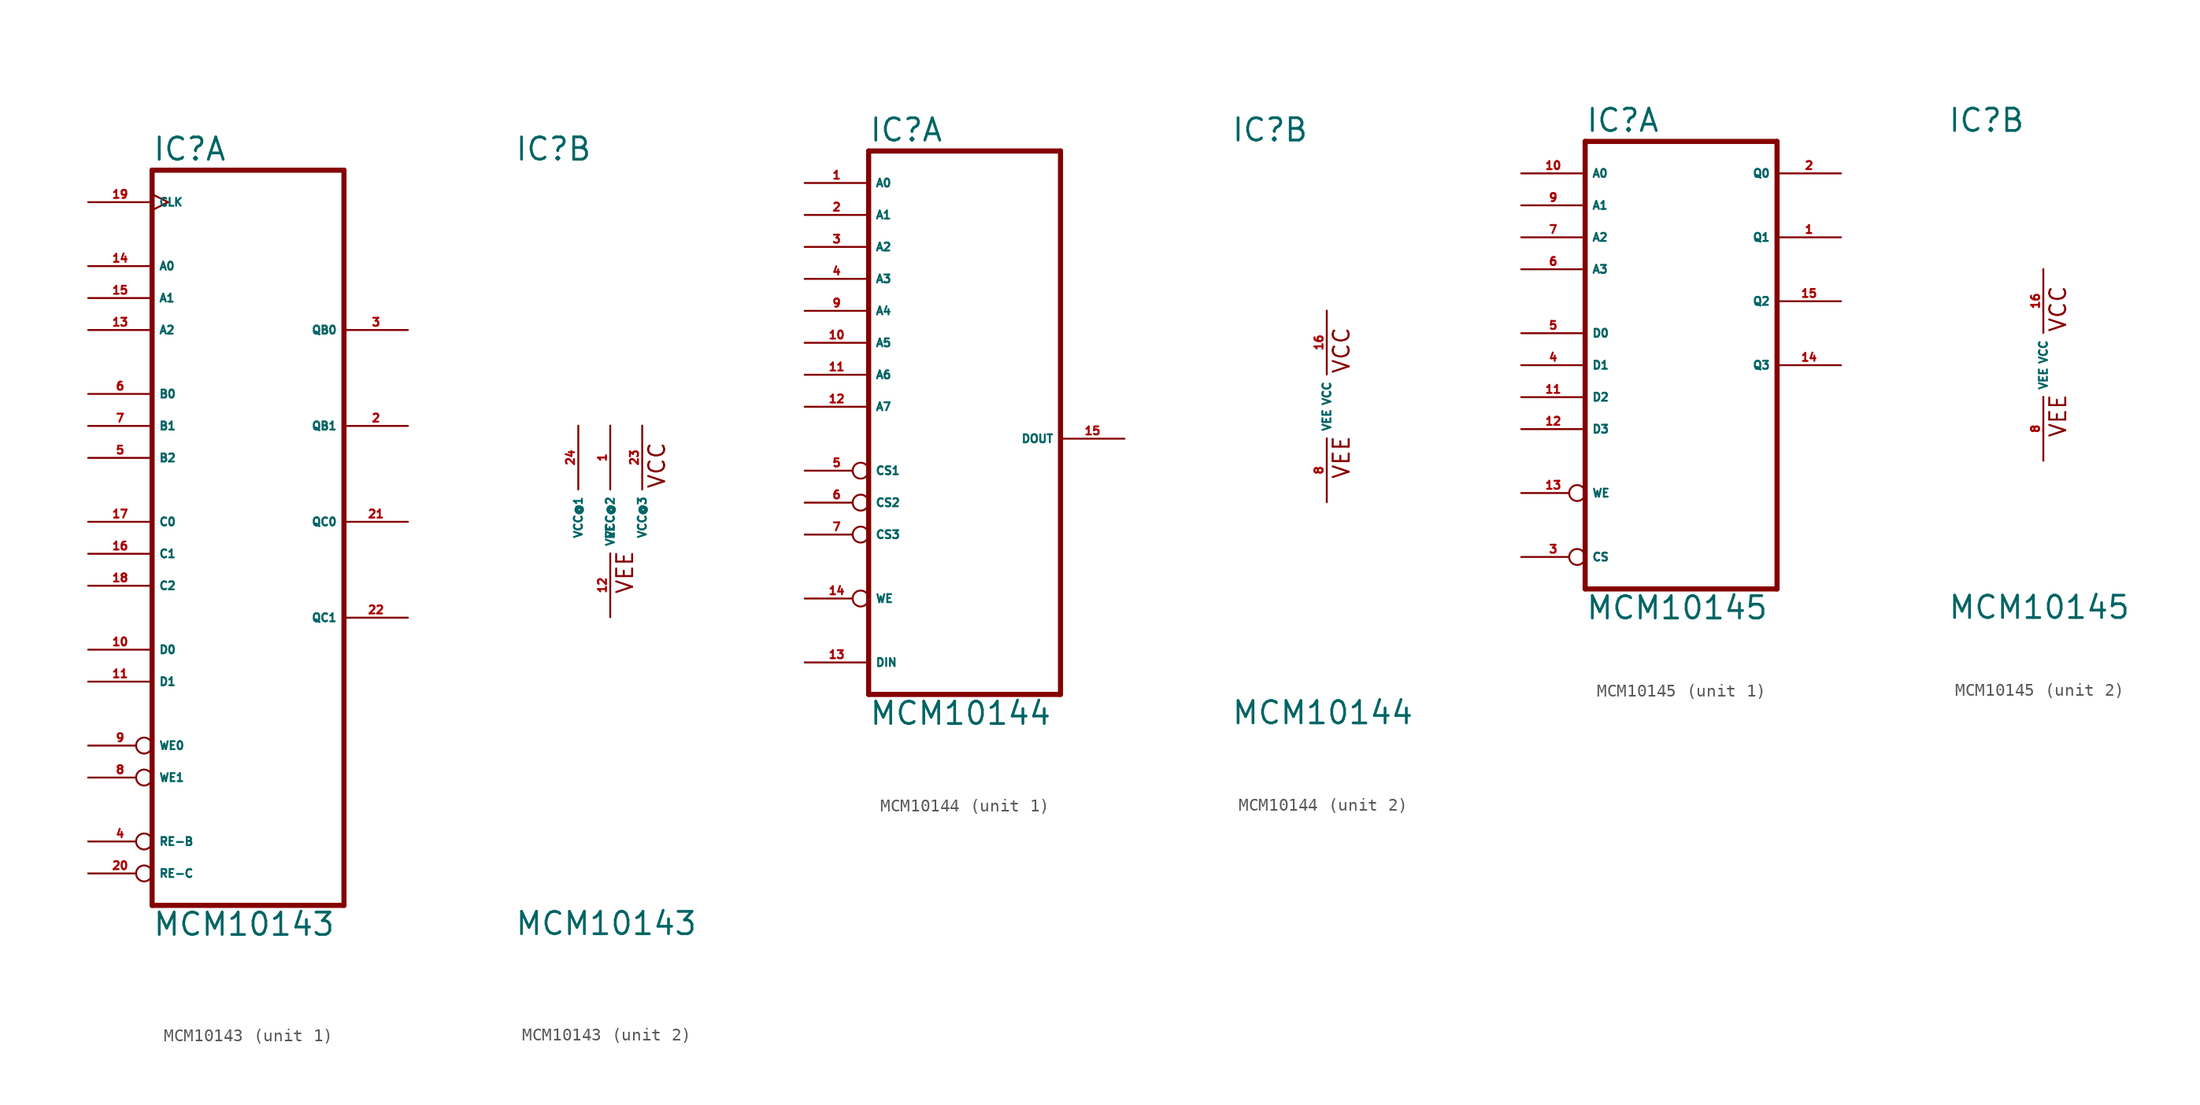
<source format=kicad_sym>
(kicad_symbol_lib
  (version 20220914)
  (generator Eagle2Kicad)
  (symbol "MCM10143"
    (property "Reference" "IC"
      (at -7.62 28.575 0)
      (effects (font (size 1.778 1.778) (thickness 0.22)) (justify left bottom)))
    (property "Value" "MCM10143"
      (at -7.62 -33.02 0)
      (effects (font (size 1.778 1.778) (thickness 0.22)) (justify left bottom)))
    (symbol "MCM10143_1_0"
      (polyline (pts (xy -7.62 -30.48) (xy 7.62 -30.48)) (stroke (width 0.406) (type default)) (fill (type none)))
      (polyline (pts (xy 7.62 27.94) (xy 7.62 -30.48)) (stroke (width 0.406) (type default)) (fill (type none)))
      (polyline (pts (xy 7.62 27.94) (xy -7.62 27.94)) (stroke (width 0.406) (type default)) (fill (type none)))
      (polyline (pts (xy -7.62 -30.48) (xy -7.62 27.94)) (stroke (width 0.406) (type default)) (fill (type none)))
      (pin input clock (at -12.7 25.4 0) (length 5.08) (name "CLK" (effects (font (size 0.635 0.635) (thickness 0.08)) (justify left bottom))) (number "19" (effects (font (size 0.635 0.635) (thickness 0.08)) (justify left bottom))))
      (pin input line (at -12.7 20.32 0) (length 5.08) (name "A0" (effects (font (size 0.635 0.635) (thickness 0.08)) (justify left bottom))) (number "14" (effects (font (size 0.635 0.635) (thickness 0.08)) (justify left bottom))))
      (pin input line (at -12.7 17.78 0) (length 5.08) (name "A1" (effects (font (size 0.635 0.635) (thickness 0.08)) (justify left bottom))) (number "15" (effects (font (size 0.635 0.635) (thickness 0.08)) (justify left bottom))))
      (pin input line (at -12.7 15.24 0) (length 5.08) (name "A2" (effects (font (size 0.635 0.635) (thickness 0.08)) (justify left bottom))) (number "13" (effects (font (size 0.635 0.635) (thickness 0.08)) (justify left bottom))))
      (pin input line (at -12.7 10.16 0) (length 5.08) (name "B0" (effects (font (size 0.635 0.635) (thickness 0.08)) (justify left bottom))) (number "6" (effects (font (size 0.635 0.635) (thickness 0.08)) (justify left bottom))))
      (pin input line (at -12.7 7.62 0) (length 5.08) (name "B1" (effects (font (size 0.635 0.635) (thickness 0.08)) (justify left bottom))) (number "7" (effects (font (size 0.635 0.635) (thickness 0.08)) (justify left bottom))))
      (pin input line (at -12.7 5.08 0) (length 5.08) (name "B2" (effects (font (size 0.635 0.635) (thickness 0.08)) (justify left bottom))) (number "5" (effects (font (size 0.635 0.635) (thickness 0.08)) (justify left bottom))))
      (pin input line (at -12.7 0 0) (length 5.08) (name "C0" (effects (font (size 0.635 0.635) (thickness 0.08)) (justify left bottom))) (number "17" (effects (font (size 0.635 0.635) (thickness 0.08)) (justify left bottom))))
      (pin input line (at -12.7 -2.54 0) (length 5.08) (name "C1" (effects (font (size 0.635 0.635) (thickness 0.08)) (justify left bottom))) (number "16" (effects (font (size 0.635 0.635) (thickness 0.08)) (justify left bottom))))
      (pin input line (at -12.7 -5.08 0) (length 5.08) (name "C2" (effects (font (size 0.635 0.635) (thickness 0.08)) (justify left bottom))) (number "18" (effects (font (size 0.635 0.635) (thickness 0.08)) (justify left bottom))))
      (pin input line (at -12.7 -10.16 0) (length 5.08) (name "D0" (effects (font (size 0.635 0.635) (thickness 0.08)) (justify left bottom))) (number "10" (effects (font (size 0.635 0.635) (thickness 0.08)) (justify left bottom))))
      (pin input line (at -12.7 -12.7 0) (length 5.08) (name "D1" (effects (font (size 0.635 0.635) (thickness 0.08)) (justify left bottom))) (number "11" (effects (font (size 0.635 0.635) (thickness 0.08)) (justify left bottom))))
      (pin input inverted (at -12.7 -17.78 0) (length 5.08) (name "WE0" (effects (font (size 0.635 0.635) (thickness 0.08)) (justify left bottom))) (number "9" (effects (font (size 0.635 0.635) (thickness 0.08)) (justify left bottom))))
      (pin output line (at 12.7 15.24 180) (length 5.08) (name "QB0" (effects (font (size 0.635 0.635) (thickness 0.08)) (justify left bottom))) (number "3" (effects (font (size 0.635 0.635) (thickness 0.08)) (justify left bottom))))
      (pin output line (at 12.7 7.62 180) (length 5.08) (name "QB1" (effects (font (size 0.635 0.635) (thickness 0.08)) (justify left bottom))) (number "2" (effects (font (size 0.635 0.635) (thickness 0.08)) (justify left bottom))))
      (pin output line (at 12.7 0 180) (length 5.08) (name "QC0" (effects (font (size 0.635 0.635) (thickness 0.08)) (justify left bottom))) (number "21" (effects (font (size 0.635 0.635) (thickness 0.08)) (justify left bottom))))
      (pin output line (at 12.7 -7.62 180) (length 5.08) (name "QC1" (effects (font (size 0.635 0.635) (thickness 0.08)) (justify left bottom))) (number "22" (effects (font (size 0.635 0.635) (thickness 0.08)) (justify left bottom))))
      (pin input inverted (at -12.7 -20.32 0) (length 5.08) (name "WE1" (effects (font (size 0.635 0.635) (thickness 0.08)) (justify left bottom))) (number "8" (effects (font (size 0.635 0.635) (thickness 0.08)) (justify left bottom))))
      (pin input inverted (at -12.7 -25.4 0) (length 5.08) (name "RE-B" (effects (font (size 0.635 0.635) (thickness 0.08)) (justify left bottom))) (number "4" (effects (font (size 0.635 0.635) (thickness 0.08)) (justify left bottom))))
      (pin input inverted (at -12.7 -27.94 0) (length 5.08) (name "RE-C" (effects (font (size 0.635 0.635) (thickness 0.08)) (justify left bottom))) (number "20" (effects (font (size 0.635 0.635) (thickness 0.08)) (justify left bottom)))))
    (symbol "MCM10143_2_0"
      (text "VCC" (at 4.445 2.54 900) (effects (font (size 1.27 1.27) (thickness 0.16)) (justify left bottom)))
      (text "VEE" (at 1.905 -5.842 900) (effects (font (size 1.27 1.27) (thickness 0.16)) (justify left bottom)))
      (pin unspecified line (at -2.54 7.62 270) (length 5.08) (name "VCC@1" (effects (font (size 0.635 0.635) (thickness 0.08)) (justify left bottom))) (number "24" (effects (font (size 0.635 0.635) (thickness 0.08)) (justify left bottom))))
      (pin unspecified line (at 0 7.62 270) (length 5.08) (name "VCC@2" (effects (font (size 0.635 0.635) (thickness 0.08)) (justify left bottom))) (number "1" (effects (font (size 0.635 0.635) (thickness 0.08)) (justify left bottom))))
      (pin unspecified line (at 2.54 7.62 270) (length 5.08) (name "VCC@3" (effects (font (size 0.635 0.635) (thickness 0.08)) (justify left bottom))) (number "23" (effects (font (size 0.635 0.635) (thickness 0.08)) (justify left bottom))))
      (pin unspecified line (at 0 -7.62 90) (length 5.08) (name "VEE" (effects (font (size 0.635 0.635) (thickness 0.08)) (justify left bottom))) (number "12" (effects (font (size 0.635 0.635) (thickness 0.08)) (justify left bottom))))))
  (symbol "MCM10144"
    (property "Reference" "IC"
      (at -7.62 20.955 0)
      (effects (font (size 1.778 1.778) (thickness 0.22)) (justify left bottom)))
    (property "Value" "MCM10144"
      (at -7.62 -25.4 0)
      (effects (font (size 1.778 1.778) (thickness 0.22)) (justify left bottom)))
    (symbol "MCM10144_1_0"
      (polyline (pts (xy -7.62 -22.86) (xy 7.62 -22.86)) (stroke (width 0.406) (type default)) (fill (type none)))
      (polyline (pts (xy 7.62 20.32) (xy 7.62 -22.86)) (stroke (width 0.406) (type default)) (fill (type none)))
      (polyline (pts (xy 7.62 20.32) (xy -7.62 20.32)) (stroke (width 0.406) (type default)) (fill (type none)))
      (polyline (pts (xy -7.62 -22.86) (xy -7.62 20.32)) (stroke (width 0.406) (type default)) (fill (type none)))
      (pin input line (at -12.7 17.78 0) (length 5.08) (name "A0" (effects (font (size 0.635 0.635) (thickness 0.08)) (justify left bottom))) (number "1" (effects (font (size 0.635 0.635) (thickness 0.08)) (justify left bottom))))
      (pin input line (at -12.7 15.24 0) (length 5.08) (name "A1" (effects (font (size 0.635 0.635) (thickness 0.08)) (justify left bottom))) (number "2" (effects (font (size 0.635 0.635) (thickness 0.08)) (justify left bottom))))
      (pin input line (at -12.7 12.7 0) (length 5.08) (name "A2" (effects (font (size 0.635 0.635) (thickness 0.08)) (justify left bottom))) (number "3" (effects (font (size 0.635 0.635) (thickness 0.08)) (justify left bottom))))
      (pin input line (at -12.7 10.16 0) (length 5.08) (name "A3" (effects (font (size 0.635 0.635) (thickness 0.08)) (justify left bottom))) (number "4" (effects (font (size 0.635 0.635) (thickness 0.08)) (justify left bottom))))
      (pin input line (at -12.7 7.62 0) (length 5.08) (name "A4" (effects (font (size 0.635 0.635) (thickness 0.08)) (justify left bottom))) (number "9" (effects (font (size 0.635 0.635) (thickness 0.08)) (justify left bottom))))
      (pin input line (at -12.7 5.08 0) (length 5.08) (name "A5" (effects (font (size 0.635 0.635) (thickness 0.08)) (justify left bottom))) (number "10" (effects (font (size 0.635 0.635) (thickness 0.08)) (justify left bottom))))
      (pin input line (at -12.7 2.54 0) (length 5.08) (name "A6" (effects (font (size 0.635 0.635) (thickness 0.08)) (justify left bottom))) (number "11" (effects (font (size 0.635 0.635) (thickness 0.08)) (justify left bottom))))
      (pin input line (at -12.7 0 0) (length 5.08) (name "A7" (effects (font (size 0.635 0.635) (thickness 0.08)) (justify left bottom))) (number "12" (effects (font (size 0.635 0.635) (thickness 0.08)) (justify left bottom))))
      (pin input inverted (at -12.7 -5.08 0) (length 5.08) (name "CS1" (effects (font (size 0.635 0.635) (thickness 0.08)) (justify left bottom))) (number "5" (effects (font (size 0.635 0.635) (thickness 0.08)) (justify left bottom))))
      (pin input inverted (at -12.7 -7.62 0) (length 5.08) (name "CS2" (effects (font (size 0.635 0.635) (thickness 0.08)) (justify left bottom))) (number "6" (effects (font (size 0.635 0.635) (thickness 0.08)) (justify left bottom))))
      (pin input inverted (at -12.7 -10.16 0) (length 5.08) (name "CS3" (effects (font (size 0.635 0.635) (thickness 0.08)) (justify left bottom))) (number "7" (effects (font (size 0.635 0.635) (thickness 0.08)) (justify left bottom))))
      (pin input inverted (at -12.7 -15.24 0) (length 5.08) (name "WE" (effects (font (size 0.635 0.635) (thickness 0.08)) (justify left bottom))) (number "14" (effects (font (size 0.635 0.635) (thickness 0.08)) (justify left bottom))))
      (pin input line (at -12.7 -20.32 0) (length 5.08) (name "DIN" (effects (font (size 0.635 0.635) (thickness 0.08)) (justify left bottom))) (number "13" (effects (font (size 0.635 0.635) (thickness 0.08)) (justify left bottom))))
      (pin output line (at 12.7 -2.54 180) (length 5.08) (name "DOUT" (effects (font (size 0.635 0.635) (thickness 0.08)) (justify left bottom))) (number "15" (effects (font (size 0.635 0.635) (thickness 0.08)) (justify left bottom)))))
    (symbol "MCM10144_2_0"
      (text "VCC" (at 1.905 2.54 900) (effects (font (size 1.27 1.27) (thickness 0.16)) (justify left bottom)))
      (text "VEE" (at 1.905 -5.842 900) (effects (font (size 1.27 1.27) (thickness 0.16)) (justify left bottom)))
      (pin unspecified line (at 0 -7.62 90) (length 5.08) (name "VEE" (effects (font (size 0.635 0.635) (thickness 0.08)) (justify left bottom))) (number "8" (effects (font (size 0.635 0.635) (thickness 0.08)) (justify left bottom))))
      (pin unspecified line (at 0 7.62 270) (length 5.08) (name "VCC" (effects (font (size 0.635 0.635) (thickness 0.08)) (justify left bottom))) (number "16" (effects (font (size 0.635 0.635) (thickness 0.08)) (justify left bottom))))))
  (symbol "MCM10145"
    (property "Reference" "IC"
      (at -7.62 18.415 0)
      (effects (font (size 1.778 1.778) (thickness 0.22)) (justify left bottom)))
    (property "Value" "MCM10145"
      (at -7.62 -20.32 0)
      (effects (font (size 1.778 1.778) (thickness 0.22)) (justify left bottom)))
    (symbol "MCM10145_1_0"
      (polyline (pts (xy -7.62 -17.78) (xy 7.62 -17.78)) (stroke (width 0.406) (type default)) (fill (type none)))
      (polyline (pts (xy 7.62 17.78) (xy 7.62 -17.78)) (stroke (width 0.406) (type default)) (fill (type none)))
      (polyline (pts (xy 7.62 17.78) (xy -7.62 17.78)) (stroke (width 0.406) (type default)) (fill (type none)))
      (polyline (pts (xy -7.62 -17.78) (xy -7.62 17.78)) (stroke (width 0.406) (type default)) (fill (type none)))
      (pin input line (at -12.7 15.24 0) (length 5.08) (name "A0" (effects (font (size 0.635 0.635) (thickness 0.08)) (justify left bottom))) (number "10" (effects (font (size 0.635 0.635) (thickness 0.08)) (justify left bottom))))
      (pin input line (at -12.7 12.7 0) (length 5.08) (name "A1" (effects (font (size 0.635 0.635) (thickness 0.08)) (justify left bottom))) (number "9" (effects (font (size 0.635 0.635) (thickness 0.08)) (justify left bottom))))
      (pin input line (at -12.7 10.16 0) (length 5.08) (name "A2" (effects (font (size 0.635 0.635) (thickness 0.08)) (justify left bottom))) (number "7" (effects (font (size 0.635 0.635) (thickness 0.08)) (justify left bottom))))
      (pin input line (at -12.7 7.62 0) (length 5.08) (name "A3" (effects (font (size 0.635 0.635) (thickness 0.08)) (justify left bottom))) (number "6" (effects (font (size 0.635 0.635) (thickness 0.08)) (justify left bottom))))
      (pin input line (at -12.7 2.54 0) (length 5.08) (name "D0" (effects (font (size 0.635 0.635) (thickness 0.08)) (justify left bottom))) (number "5" (effects (font (size 0.635 0.635) (thickness 0.08)) (justify left bottom))))
      (pin input line (at -12.7 0 0) (length 5.08) (name "D1" (effects (font (size 0.635 0.635) (thickness 0.08)) (justify left bottom))) (number "4" (effects (font (size 0.635 0.635) (thickness 0.08)) (justify left bottom))))
      (pin input line (at -12.7 -2.54 0) (length 5.08) (name "D2" (effects (font (size 0.635 0.635) (thickness 0.08)) (justify left bottom))) (number "11" (effects (font (size 0.635 0.635) (thickness 0.08)) (justify left bottom))))
      (pin input line (at -12.7 -5.08 0) (length 5.08) (name "D3" (effects (font (size 0.635 0.635) (thickness 0.08)) (justify left bottom))) (number "12" (effects (font (size 0.635 0.635) (thickness 0.08)) (justify left bottom))))
      (pin output line (at 12.7 15.24 180) (length 5.08) (name "Q0" (effects (font (size 0.635 0.635) (thickness 0.08)) (justify left bottom))) (number "2" (effects (font (size 0.635 0.635) (thickness 0.08)) (justify left bottom))))
      (pin output line (at 12.7 10.16 180) (length 5.08) (name "Q1" (effects (font (size 0.635 0.635) (thickness 0.08)) (justify left bottom))) (number "1" (effects (font (size 0.635 0.635) (thickness 0.08)) (justify left bottom))))
      (pin output line (at 12.7 5.08 180) (length 5.08) (name "Q2" (effects (font (size 0.635 0.635) (thickness 0.08)) (justify left bottom))) (number "15" (effects (font (size 0.635 0.635) (thickness 0.08)) (justify left bottom))))
      (pin input inverted (at -12.7 -10.16 0) (length 5.08) (name "WE" (effects (font (size 0.635 0.635) (thickness 0.08)) (justify left bottom))) (number "13" (effects (font (size 0.635 0.635) (thickness 0.08)) (justify left bottom))))
      (pin input inverted (at -12.7 -15.24 0) (length 5.08) (name "CS" (effects (font (size 0.635 0.635) (thickness 0.08)) (justify left bottom))) (number "3" (effects (font (size 0.635 0.635) (thickness 0.08)) (justify left bottom))))
      (pin output line (at 12.7 0 180) (length 5.08) (name "Q3" (effects (font (size 0.635 0.635) (thickness 0.08)) (justify left bottom))) (number "14" (effects (font (size 0.635 0.635) (thickness 0.08)) (justify left bottom)))))
    (symbol "MCM10145_2_0"
      (text "VCC" (at 1.905 2.54 900) (effects (font (size 1.27 1.27) (thickness 0.16)) (justify left bottom)))
      (text "VEE" (at 1.905 -5.842 900) (effects (font (size 1.27 1.27) (thickness 0.16)) (justify left bottom)))
      (pin unspecified line (at 0 -7.62 90) (length 5.08) (name "VEE" (effects (font (size 0.635 0.635) (thickness 0.08)) (justify left bottom))) (number "8" (effects (font (size 0.635 0.635) (thickness 0.08)) (justify left bottom))))
      (pin unspecified line (at 0 7.62 270) (length 5.08) (name "VCC" (effects (font (size 0.635 0.635) (thickness 0.08)) (justify left bottom))) (number "16" (effects (font (size 0.635 0.635) (thickness 0.08)) (justify left bottom)))))))
</source>
